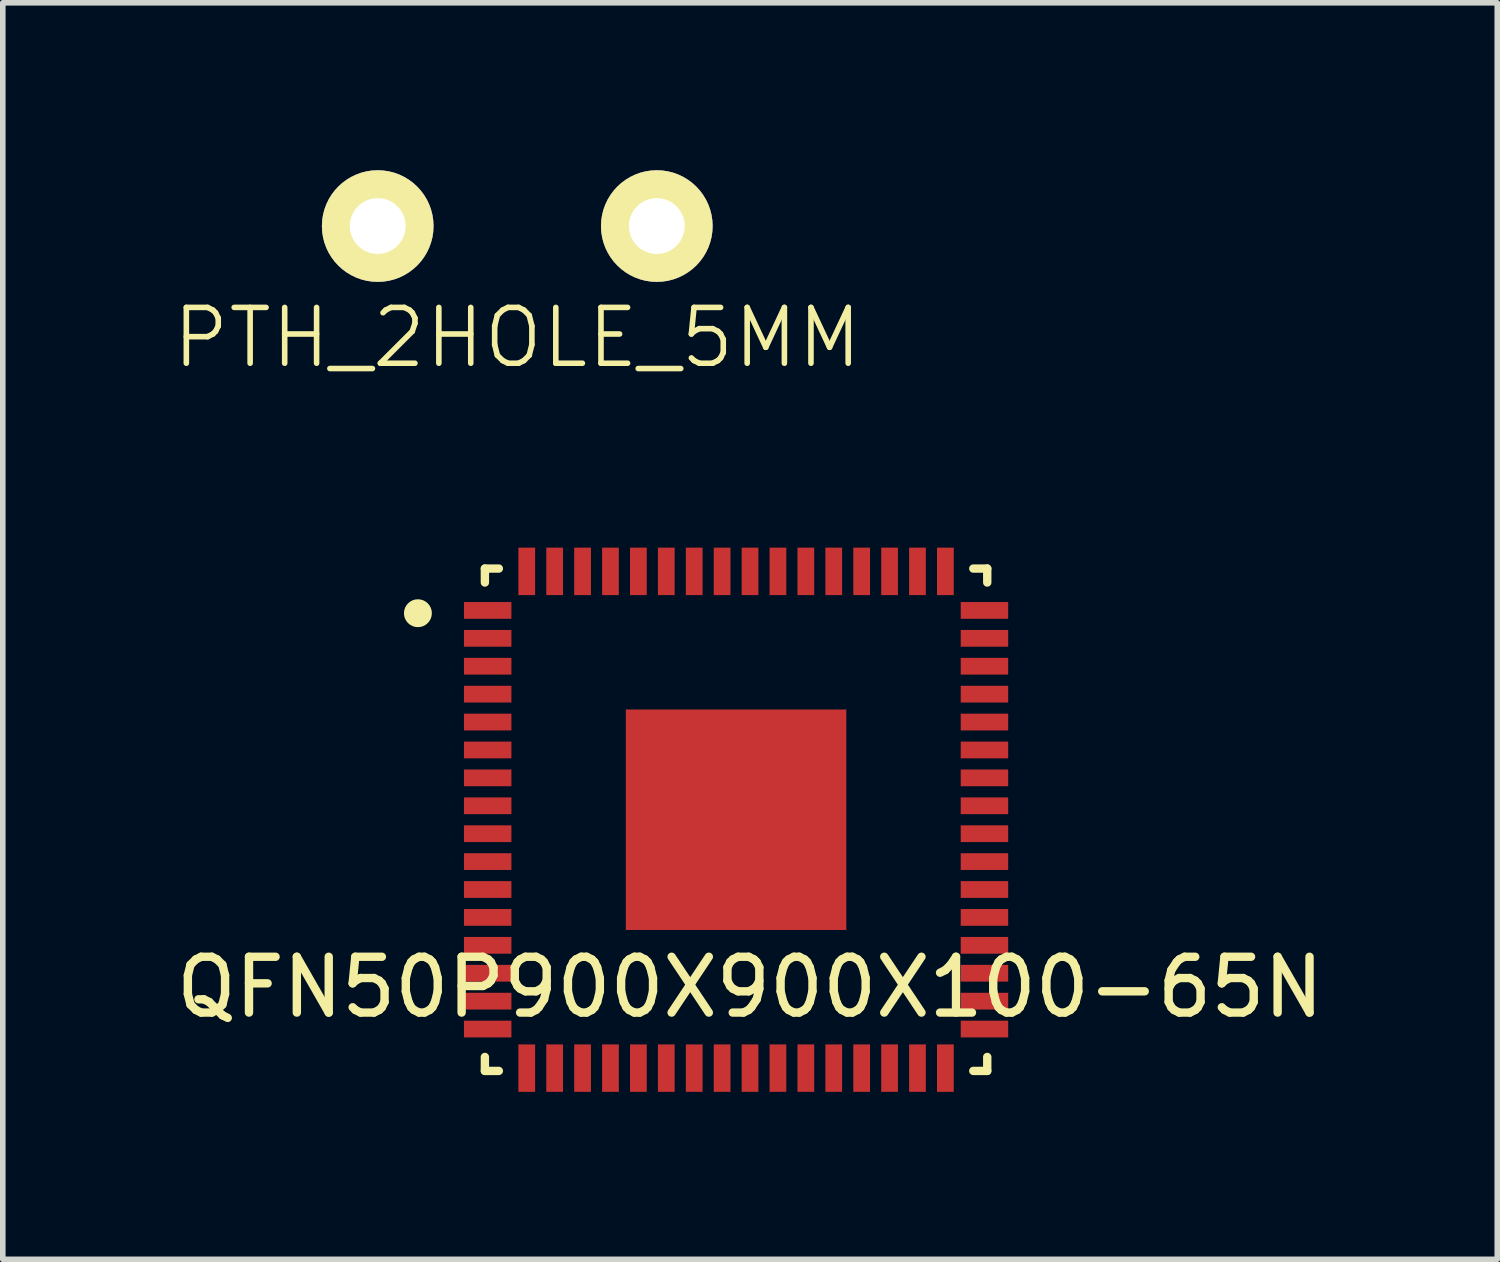
<source format=kicad_pcb>
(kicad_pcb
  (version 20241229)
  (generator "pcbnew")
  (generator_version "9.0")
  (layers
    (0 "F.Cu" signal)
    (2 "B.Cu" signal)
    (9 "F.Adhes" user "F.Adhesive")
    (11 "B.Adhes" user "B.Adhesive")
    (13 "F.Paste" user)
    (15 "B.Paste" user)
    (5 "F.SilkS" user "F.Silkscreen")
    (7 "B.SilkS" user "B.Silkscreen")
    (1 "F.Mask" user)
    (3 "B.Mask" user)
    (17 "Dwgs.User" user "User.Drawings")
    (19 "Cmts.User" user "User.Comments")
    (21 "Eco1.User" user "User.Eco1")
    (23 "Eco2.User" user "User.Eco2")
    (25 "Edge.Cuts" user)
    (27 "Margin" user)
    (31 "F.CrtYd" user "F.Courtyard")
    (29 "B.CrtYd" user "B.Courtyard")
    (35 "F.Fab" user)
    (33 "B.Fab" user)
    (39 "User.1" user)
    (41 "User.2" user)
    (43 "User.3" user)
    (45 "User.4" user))
  (footprint "PTH_2HOLE_5MM"
    (layer "F.Cu")
    (at 6.217 1)
    (property "Reference" "PTH_2HOLE_5MM" (at 0 2 0) (layer "F.SilkS") (effects (font (size 1 1) (thickness 0.1))))
    (attr through_hole)
    (pad "1" thru_hole circle (at 2.5 0) (size 2 2) (drill 1) (layers "*.Cu" "*.Mask" "F.SilkS"))
    (pad "2" thru_hole circle (at -2.5 0) (size 2 2) (drill 1) (layers "*.Cu" "*.Mask" "F.SilkS")))
  (footprint "QFN50P900X900X100-65N"
    (layer "F.Cu")
    (at 10.137 11.636)
    (property "Reference" "QFN50P900X900X100-65N" (at 0.25 3 0) (layer "F.SilkS") (effects (font (size 1 1) (thickness 0.15))))
    (attr through_hole)
    (fp_line (start -4.5 -4.5) (end -4.5 -4.25) (stroke (width 0.15) (type solid)) (layer "F.SilkS"))
    (fp_line (start -4.5 4.25) (end -4.5 4.5) (stroke (width 0.15) (type solid)) (layer "F.SilkS"))
    (fp_line (start -4.5 4.5) (end -4.25 4.5) (stroke (width 0.15) (type solid)) (layer "F.SilkS"))
    (fp_line (start -4.25 -4.5) (end -4.5 -4.5) (stroke (width 0.15) (type solid)) (layer "F.SilkS"))
    (fp_line (start 4.25 -4.5) (end 4.5 -4.5) (stroke (width 0.15) (type solid)) (layer "F.SilkS"))
    (fp_line (start 4.5 -4.5) (end 4.5 -4.25) (stroke (width 0.15) (type solid)) (layer "F.SilkS"))
    (fp_line (start 4.5 4.25) (end 4.5 4.5) (stroke (width 0.15) (type solid)) (layer "F.SilkS"))
    (fp_line (start 4.5 4.5) (end 4.25 4.5) (stroke (width 0.15) (type solid)) (layer "F.SilkS"))
    (fp_circle (center -5.7 -3.7) (end -5.575 -3.7) (stroke (width 0.25) (type solid)) (fill no) (layer "F.SilkS"))
    (pad "" smd rect (at -1 -1) (size 1 1) (layers "F.Paste"))
    (pad "" smd rect (at -1 1) (size 1 1) (layers "F.Paste"))
    (pad "" smd rect (at 1 -1) (size 1 1) (layers "F.Paste"))
    (pad "" smd rect (at 1 1) (size 1 1) (layers "F.Paste"))
    (pad "1" smd rect (at -4.45 -3.75) (size 0.85 0.3) (layers "F.Cu" "F.Mask" "F.Paste"))
    (pad "2" smd rect (at -4.45 -3.25) (size 0.85 0.3) (layers "F.Cu" "F.Mask" "F.Paste"))
    (pad "3" smd rect (at -4.45 -2.75) (size 0.85 0.3) (layers "F.Cu" "F.Mask" "F.Paste"))
    (pad "4" smd rect (at -4.45 -2.25) (size 0.85 0.3) (layers "F.Cu" "F.Mask" "F.Paste"))
    (pad "5" smd rect (at -4.45 -1.75) (size 0.85 0.3) (layers "F.Cu" "F.Mask" "F.Paste"))
    (pad "6" smd rect (at -4.45 -1.25) (size 0.85 0.3) (layers "F.Cu" "F.Mask" "F.Paste"))
    (pad "7" smd rect (at -4.45 -0.75) (size 0.85 0.3) (layers "F.Cu" "F.Mask" "F.Paste"))
    (pad "8" smd rect (at -4.45 -0.25) (size 0.85 0.3) (layers "F.Cu" "F.Mask" "F.Paste"))
    (pad "9" smd rect (at -4.45 0.25) (size 0.85 0.3) (layers "F.Cu" "F.Mask" "F.Paste"))
    (pad "10" smd rect (at -4.45 0.75) (size 0.85 0.3) (layers "F.Cu" "F.Mask" "F.Paste"))
    (pad "11" smd rect (at -4.45 1.25) (size 0.85 0.3) (layers "F.Cu" "F.Mask" "F.Paste"))
    (pad "12" smd rect (at -4.45 1.75) (size 0.85 0.3) (layers "F.Cu" "F.Mask" "F.Paste"))
    (pad "13" smd rect (at -4.45 2.25) (size 0.85 0.3) (layers "F.Cu" "F.Mask" "F.Paste"))
    (pad "14" smd rect (at -4.45 2.75) (size 0.85 0.3) (layers "F.Cu" "F.Mask" "F.Paste"))
    (pad "15" smd rect (at -4.45 3.25) (size 0.85 0.3) (layers "F.Cu" "F.Mask" "F.Paste"))
    (pad "16" smd rect (at -4.45 3.75) (size 0.85 0.3) (layers "F.Cu" "F.Mask" "F.Paste"))
    (pad "17" smd rect (at -3.75 4.45) (size 0.3 0.85) (layers "F.Cu" "F.Mask" "F.Paste"))
    (pad "18" smd rect (at -3.25 4.45) (size 0.3 0.85) (layers "F.Cu" "F.Mask" "F.Paste"))
    (pad "19" smd rect (at -2.75 4.45) (size 0.3 0.85) (layers "F.Cu" "F.Mask" "F.Paste"))
    (pad "20" smd rect (at -2.25 4.45) (size 0.3 0.85) (layers "F.Cu" "F.Mask" "F.Paste"))
    (pad "21" smd rect (at -1.75 4.45) (size 0.3 0.85) (layers "F.Cu" "F.Mask" "F.Paste"))
    (pad "22" smd rect (at -1.25 4.45) (size 0.3 0.85) (layers "F.Cu" "F.Mask" "F.Paste"))
    (pad "23" smd rect (at -0.75 4.45) (size 0.3 0.85) (layers "F.Cu" "F.Mask" "F.Paste"))
    (pad "24" smd rect (at -0.25 4.45) (size 0.3 0.85) (layers "F.Cu" "F.Mask" "F.Paste"))
    (pad "25" smd rect (at 0.25 4.45) (size 0.3 0.85) (layers "F.Cu" "F.Mask" "F.Paste"))
    (pad "26" smd rect (at 0.75 4.45) (size 0.3 0.85) (layers "F.Cu" "F.Mask" "F.Paste"))
    (pad "27" smd rect (at 1.25 4.45) (size 0.3 0.85) (layers "F.Cu" "F.Mask" "F.Paste"))
    (pad "28" smd rect (at 1.75 4.45) (size 0.3 0.85) (layers "F.Cu" "F.Mask" "F.Paste"))
    (pad "29" smd rect (at 2.25 4.45) (size 0.3 0.85) (layers "F.Cu" "F.Mask" "F.Paste"))
    (pad "30" smd rect (at 2.75 4.45) (size 0.3 0.85) (layers "F.Cu" "F.Mask" "F.Paste"))
    (pad "31" smd rect (at 3.25 4.45) (size 0.3 0.85) (layers "F.Cu" "F.Mask" "F.Paste"))
    (pad "32" smd rect (at 3.75 4.45) (size 0.3 0.85) (layers "F.Cu" "F.Mask" "F.Paste"))
    (pad "33" smd rect (at 4.45 3.75) (size 0.85 0.3) (layers "F.Cu" "F.Mask" "F.Paste"))
    (pad "34" smd rect (at 4.45 3.25) (size 0.85 0.3) (layers "F.Cu" "F.Mask" "F.Paste"))
    (pad "35" smd rect (at 4.45 2.75) (size 0.85 0.3) (layers "F.Cu" "F.Mask" "F.Paste"))
    (pad "36" smd rect (at 4.45 2.25) (size 0.85 0.3) (layers "F.Cu" "F.Mask" "F.Paste"))
    (pad "37" smd rect (at 4.45 1.75) (size 0.85 0.3) (layers "F.Cu" "F.Mask" "F.Paste"))
    (pad "38" smd rect (at 4.45 1.25) (size 0.85 0.3) (layers "F.Cu" "F.Mask" "F.Paste"))
    (pad "39" smd rect (at 4.45 0.75) (size 0.85 0.3) (layers "F.Cu" "F.Mask" "F.Paste"))
    (pad "40" smd rect (at 4.45 0.25) (size 0.85 0.3) (layers "F.Cu" "F.Mask" "F.Paste"))
    (pad "41" smd rect (at 4.45 -0.25) (size 0.85 0.3) (layers "F.Cu" "F.Mask" "F.Paste"))
    (pad "42" smd rect (at 4.45 -0.75) (size 0.85 0.3) (layers "F.Cu" "F.Mask" "F.Paste"))
    (pad "43" smd rect (at 4.45 -1.25) (size 0.85 0.3) (layers "F.Cu" "F.Mask" "F.Paste"))
    (pad "44" smd rect (at 4.45 -1.75) (size 0.85 0.3) (layers "F.Cu" "F.Mask" "F.Paste"))
    (pad "45" smd rect (at 4.45 -2.25) (size 0.85 0.3) (layers "F.Cu" "F.Mask" "F.Paste"))
    (pad "46" smd rect (at 4.45 -2.75) (size 0.85 0.3) (layers "F.Cu" "F.Mask" "F.Paste"))
    (pad "47" smd rect (at 4.45 -3.25) (size 0.85 0.3) (layers "F.Cu" "F.Mask" "F.Paste"))
    (pad "48" smd rect (at 4.45 -3.75) (size 0.85 0.3) (layers "F.Cu" "F.Mask" "F.Paste"))
    (pad "49" smd rect (at 3.75 -4.45) (size 0.3 0.85) (layers "F.Cu" "F.Mask" "F.Paste"))
    (pad "50" smd rect (at 3.25 -4.45) (size 0.3 0.85) (layers "F.Cu" "F.Mask" "F.Paste"))
    (pad "51" smd rect (at 2.75 -4.45) (size 0.3 0.85) (layers "F.Cu" "F.Mask" "F.Paste"))
    (pad "52" smd rect (at 2.25 -4.45) (size 0.3 0.85) (layers "F.Cu" "F.Mask" "F.Paste"))
    (pad "53" smd rect (at 1.75 -4.45) (size 0.3 0.85) (layers "F.Cu" "F.Mask" "F.Paste"))
    (pad "54" smd rect (at 1.25 -4.45) (size 0.3 0.85) (layers "F.Cu" "F.Mask" "F.Paste"))
    (pad "55" smd rect (at 0.75 -4.45) (size 0.3 0.85) (layers "F.Cu" "F.Mask" "F.Paste"))
    (pad "56" smd rect (at 0.25 -4.45) (size 0.3 0.85) (layers "F.Cu" "F.Mask" "F.Paste"))
    (pad "57" smd rect (at -0.25 -4.45) (size 0.3 0.85) (layers "F.Cu" "F.Mask" "F.Paste"))
    (pad "58" smd rect (at -0.75 -4.45) (size 0.3 0.85) (layers "F.Cu" "F.Mask" "F.Paste"))
    (pad "59" smd rect (at -1.25 -4.45) (size 0.3 0.85) (layers "F.Cu" "F.Mask" "F.Paste"))
    (pad "60" smd rect (at -1.75 -4.45) (size 0.3 0.85) (layers "F.Cu" "F.Mask" "F.Paste"))
    (pad "61" smd rect (at -2.25 -4.45) (size 0.3 0.85) (layers "F.Cu" "F.Mask" "F.Paste"))
    (pad "62" smd rect (at -2.75 -4.45) (size 0.3 0.85) (layers "F.Cu" "F.Mask" "F.Paste"))
    (pad "63" smd rect (at -3.25 -4.45) (size 0.3 0.85) (layers "F.Cu" "F.Mask" "F.Paste"))
    (pad "64" smd rect (at -3.75 -4.45) (size 0.3 0.85) (layers "F.Cu" "F.Mask" "F.Paste"))
    (pad "PAD" smd rect (at 0 0) (size 3.95 3.95) (layers "F.Cu" "F.Mask")))
  (gr_rect
    (start -3 -3)
    (end 23.774 19.511)
    (stroke (width 0.1) (type default))
    (fill no)
    (layer "Edge.Cuts")))
</source>
